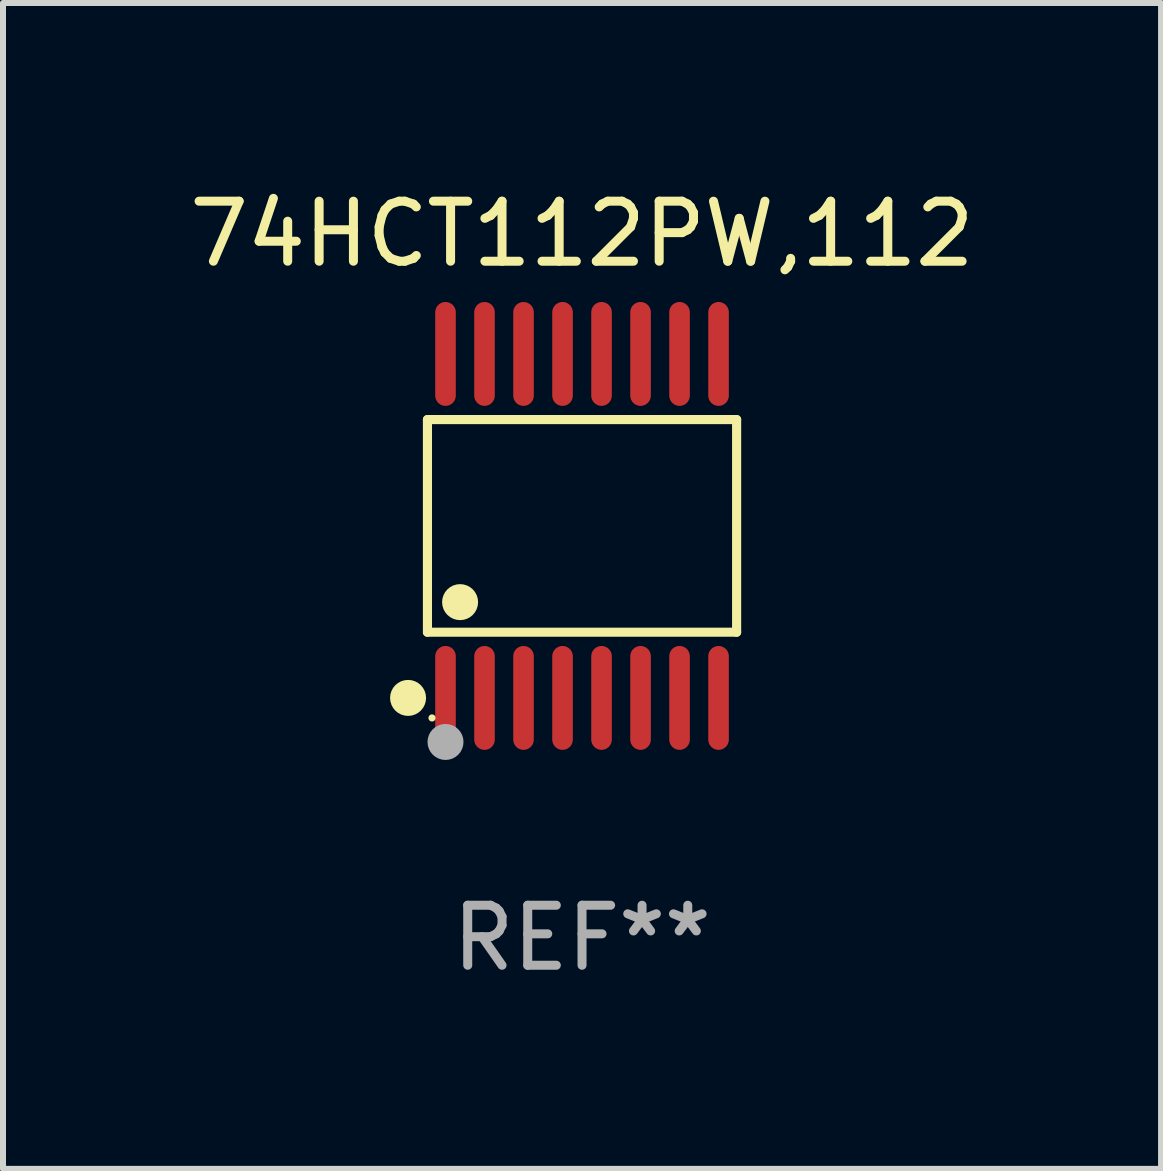
<source format=kicad_pcb>
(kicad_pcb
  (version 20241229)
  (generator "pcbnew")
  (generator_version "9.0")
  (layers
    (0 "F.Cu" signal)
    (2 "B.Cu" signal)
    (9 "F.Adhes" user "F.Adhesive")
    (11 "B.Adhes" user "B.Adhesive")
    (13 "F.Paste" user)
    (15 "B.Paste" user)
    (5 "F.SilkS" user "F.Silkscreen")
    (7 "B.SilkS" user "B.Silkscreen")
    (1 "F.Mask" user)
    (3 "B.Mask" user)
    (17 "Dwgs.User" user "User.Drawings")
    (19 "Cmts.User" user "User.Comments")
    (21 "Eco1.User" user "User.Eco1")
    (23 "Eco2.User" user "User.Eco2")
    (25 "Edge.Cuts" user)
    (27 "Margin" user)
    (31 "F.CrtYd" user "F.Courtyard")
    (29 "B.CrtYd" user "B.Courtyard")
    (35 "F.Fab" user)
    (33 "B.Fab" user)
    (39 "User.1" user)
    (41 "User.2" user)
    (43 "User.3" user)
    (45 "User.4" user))
  (footprint "74HCT112PW,112"
    (layer "F.Cu")
    (at 6.649 5.714)
    (property "Reference" "74HCT112PW,112" (at 0 -4.866 0) (layer "F.SilkS") (effects (font (size 1 1) (thickness 0.15))))
    (attr through_hole)
    (fp_line (start -2.576 -1.772) (end 2.576 -1.772) (stroke (width 0.152) (type solid)) (layer "F.SilkS"))
    (fp_line (start -2.576 1.771) (end -2.576 -1.772) (stroke (width 0.152) (type solid)) (layer "F.SilkS"))
    (fp_line (start 2.576 -1.772) (end 2.576 1.771) (stroke (width 0.152) (type solid)) (layer "F.SilkS"))
    (fp_line (start 2.576 1.771) (end -2.576 1.771) (stroke (width 0.152) (type solid)) (layer "F.SilkS"))
    (fp_circle (center -2.899 2.866) (end -2.749 2.866) (stroke (width 0.3) (type solid)) (fill no) (layer "F.SilkS"))
    (fp_circle (center -2.5 3.2) (end -2.47 3.2) (stroke (width 0.06) (type solid)) (fill no) (layer "F.SilkS"))
    (fp_circle (center -2.032 1.27) (end -1.882 1.27) (stroke (width 0.3) (type solid)) (fill no) (layer "F.SilkS"))
    (fp_circle (center -2.275 3.6) (end -2.125 3.6) (stroke (width 0.3) (type solid)) (fill no) (layer "F.Fab"))
    (fp_text user "REF**" (at 0 6.866 0) (layer "F.Fab") (effects (font (size 1 1) (thickness 0.15))))
    (pad "1" smd oval (at -2.275 2.866) (size 0.343 1.731) (layers "F.Cu" "F.Mask" "F.Paste"))
    (pad "2" smd oval (at -1.625 2.866) (size 0.343 1.731) (layers "F.Cu" "F.Mask" "F.Paste"))
    (pad "3" smd oval (at -0.975 2.866) (size 0.343 1.731) (layers "F.Cu" "F.Mask" "F.Paste"))
    (pad "4" smd oval (at -0.325 2.866) (size 0.343 1.731) (layers "F.Cu" "F.Mask" "F.Paste"))
    (pad "5" smd oval (at 0.325 2.866) (size 0.343 1.731) (layers "F.Cu" "F.Mask" "F.Paste"))
    (pad "6" smd oval (at 0.975 2.866) (size 0.343 1.731) (layers "F.Cu" "F.Mask" "F.Paste"))
    (pad "7" smd oval (at 1.625 2.866) (size 0.343 1.731) (layers "F.Cu" "F.Mask" "F.Paste"))
    (pad "8" smd oval (at 2.275 2.866) (size 0.343 1.731) (layers "F.Cu" "F.Mask" "F.Paste"))
    (pad "9" smd oval (at 2.275 -2.866) (size 0.343 1.731) (layers "F.Cu" "F.Mask" "F.Paste"))
    (pad "10" smd oval (at 1.625 -2.866) (size 0.343 1.731) (layers "F.Cu" "F.Mask" "F.Paste"))
    (pad "11" smd oval (at 0.975 -2.866) (size 0.343 1.731) (layers "F.Cu" "F.Mask" "F.Paste"))
    (pad "12" smd oval (at 0.325 -2.866) (size 0.343 1.731) (layers "F.Cu" "F.Mask" "F.Paste"))
    (pad "13" smd oval (at -0.325 -2.866) (size 0.343 1.731) (layers "F.Cu" "F.Mask" "F.Paste"))
    (pad "14" smd oval (at -0.975 -2.866) (size 0.343 1.731) (layers "F.Cu" "F.Mask" "F.Paste"))
    (pad "15" smd oval (at -1.625 -2.866) (size 0.343 1.731) (layers "F.Cu" "F.Mask" "F.Paste"))
    (pad "16" smd oval (at -2.275 -2.866) (size 0.343 1.731) (layers "F.Cu" "F.Mask" "F.Paste")))
  (gr_rect
    (start -3 -3)
    (end 16.298 16.428)
    (stroke (width 0.1) (type default))
    (fill no)
    (layer "Edge.Cuts")))
</source>
